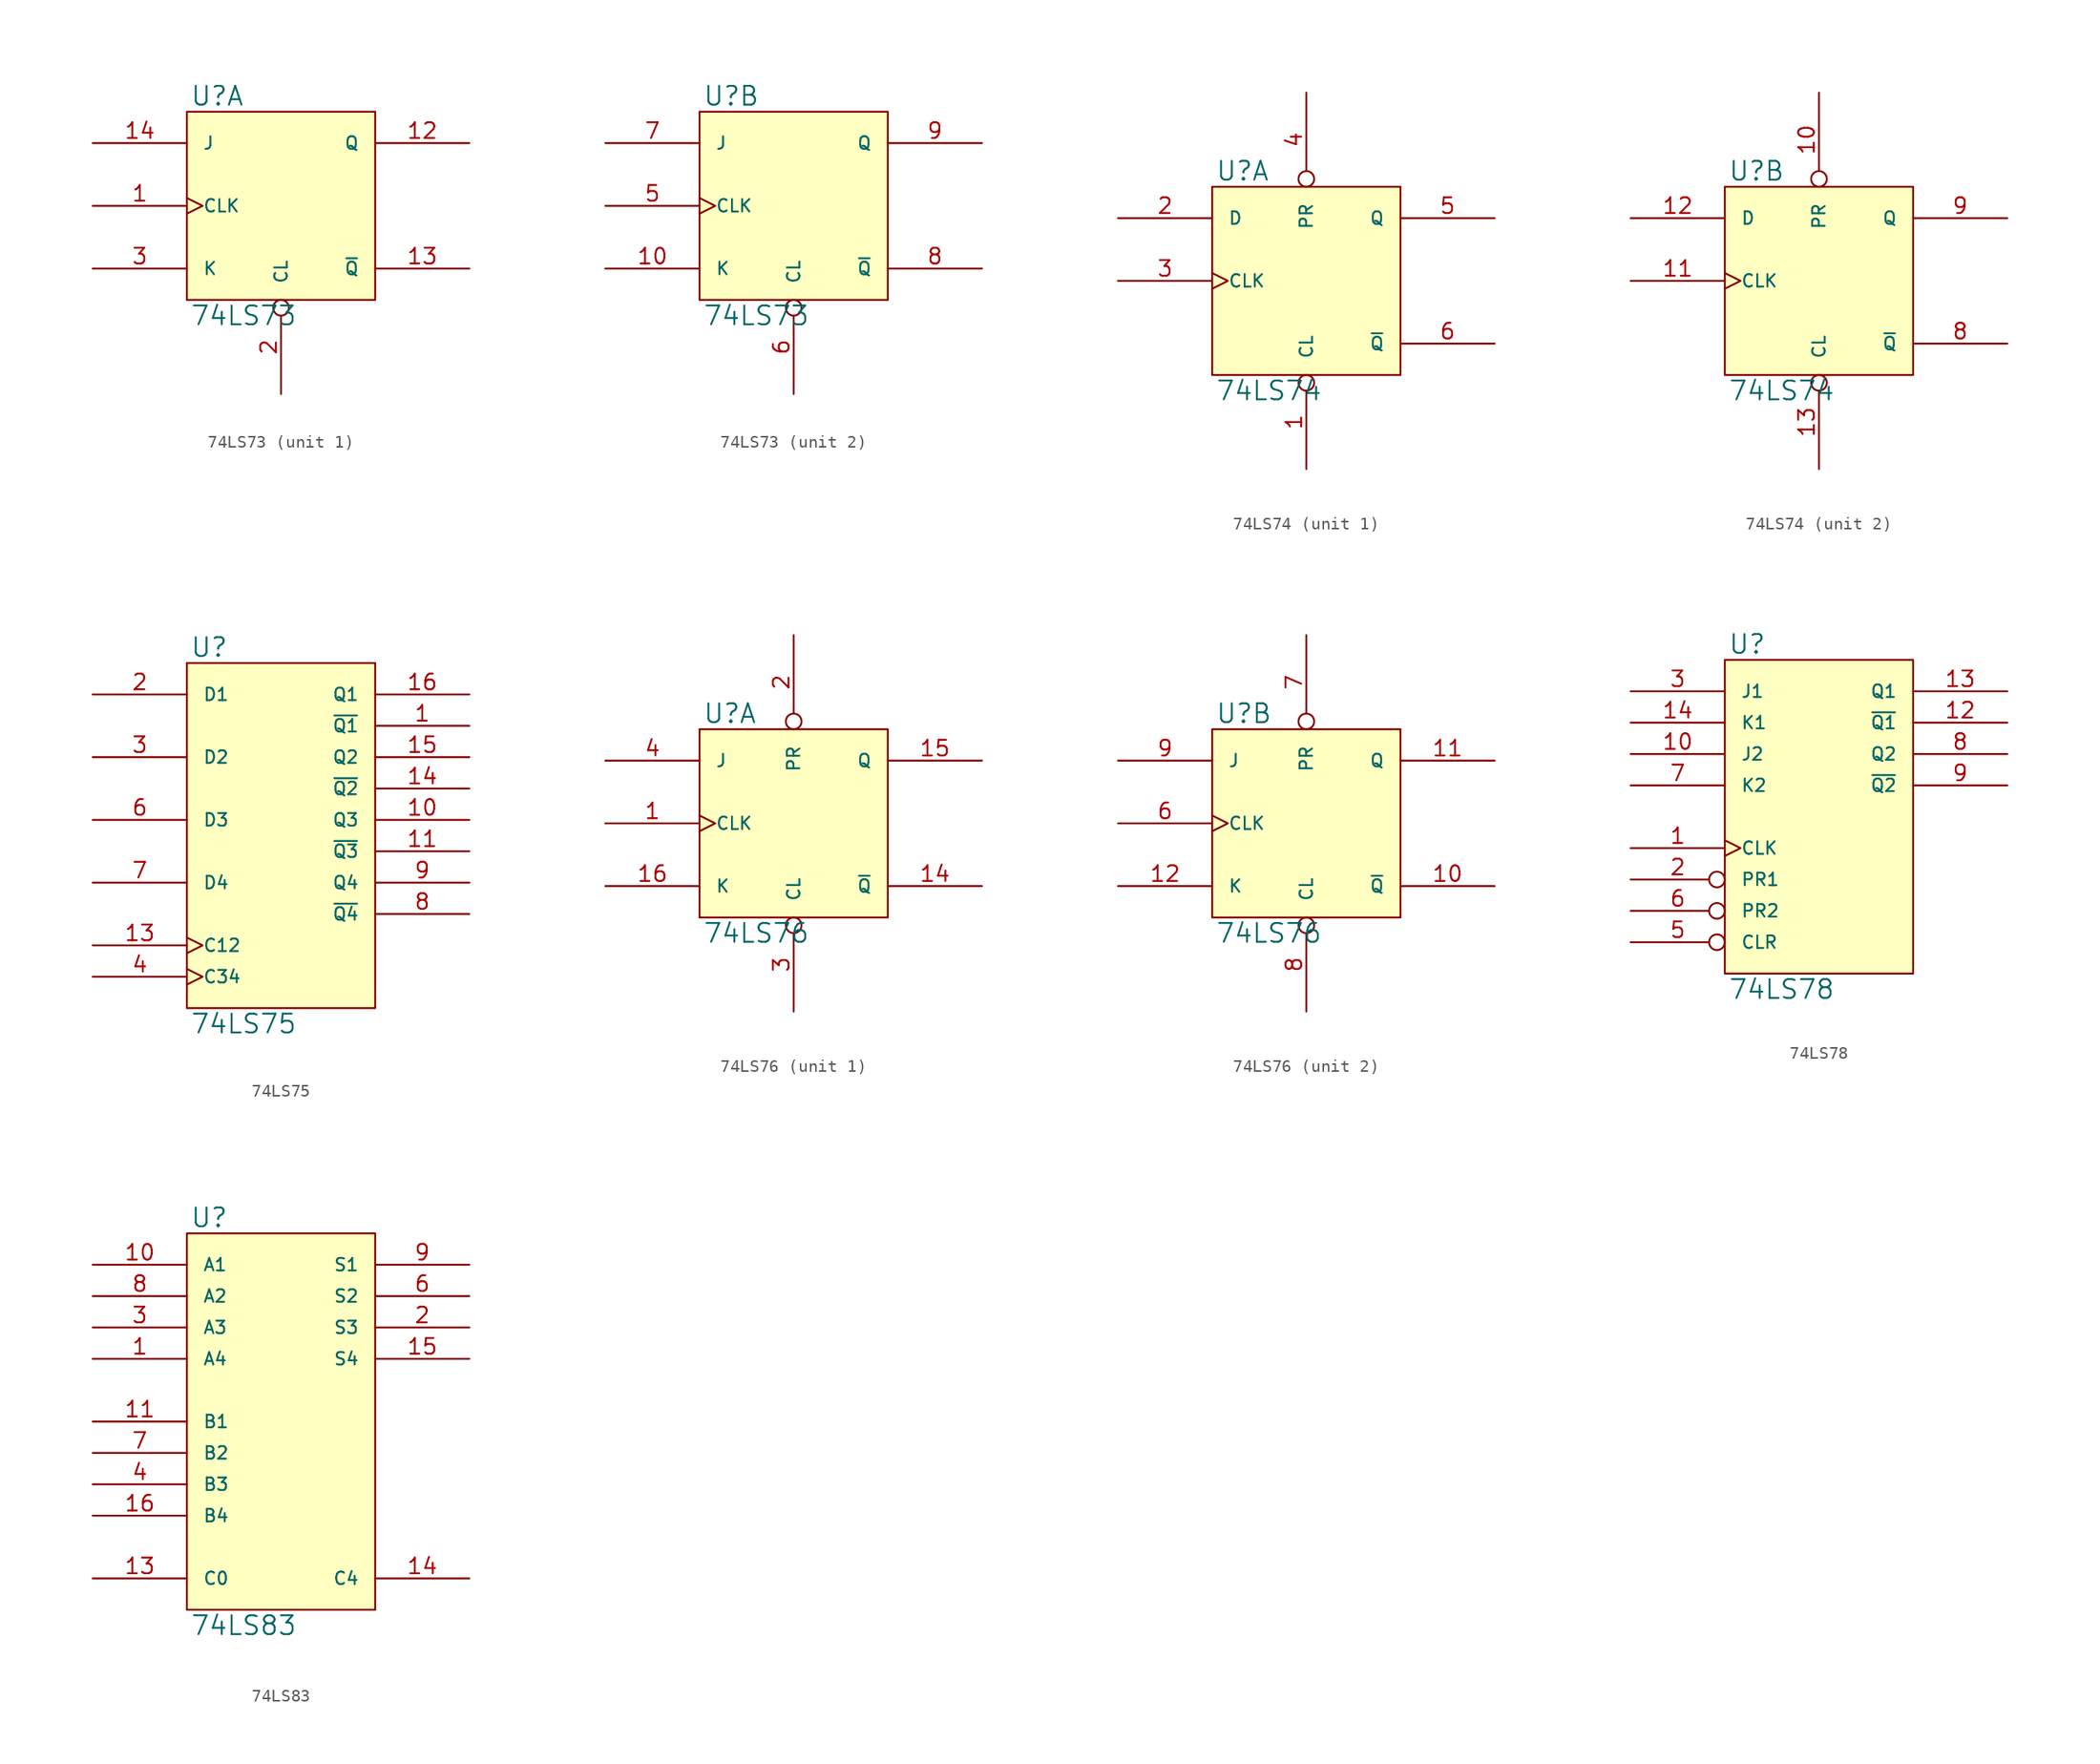
<source format=kicad_sym>
(kicad_symbol_lib
  (version 20231120)
  (generator "kicad_symbol_editor")
  (generator_version "8.0")
  (symbol "74LS73"
    (pin_names
      (offset 1.27))
    (property "Reference" "U"
      (at 0.254 0.381 0)
      (effects (font (size 1.524 1.524)) (justify left bottom)))
    (property "Value" "74LS73"
      (at 0.254 -15.621 0)
      (effects (font (size 1.524 1.524)) (justify left top)))
    (symbol "74LS73_0_1"
      (rectangle (start 0 0) (end 15.24 -15.24) (stroke (width 0) (type solid)) (fill (type background))))
    (symbol "74LS73_1_1"
      (pin input clock (at -7.62 -7.62 0) (length 7.62) (name "CLK" (effects (font (size 1.016 1.016)))) (number "1" (effects (font (size 1.27 1.27)))))
      (pin power_in line (at 0 -15.24 90) (length 0) hide (name "GND" (effects (font (size 1.016 1.016)))) (number "11" (effects (font (size 1.27 1.27)))))
      (pin output line (at 22.86 -2.54 180) (length 7.62) (name "Q" (effects (font (size 1.016 1.016)))) (number "12" (effects (font (size 1.27 1.27)))))
      (pin output line (at 22.86 -12.7 180) (length 7.62) (name "~{Q}" (effects (font (size 1.016 1.016)))) (number "13" (effects (font (size 1.27 1.27)))))
      (pin input line (at -7.62 -2.54 0) (length 7.62) (name "J" (effects (font (size 1.016 1.016)))) (number "14" (effects (font (size 1.27 1.27)))))
      (pin input inverted (at 7.62 -22.86 90) (length 7.62) (name "CL" (effects (font (size 1.016 1.016)))) (number "2" (effects (font (size 1.27 1.27)))))
      (pin input line (at -7.62 -12.7 0) (length 7.62) (name "K" (effects (font (size 1.016 1.016)))) (number "3" (effects (font (size 1.27 1.27)))))
      (pin power_in line (at 0 0 270) (length 0) hide (name "VCC" (effects (font (size 1.016 1.016)))) (number "4" (effects (font (size 1.27 1.27))))))
    (symbol "74LS73_2_1"
      (pin input line (at -7.62 -12.7 0) (length 7.62) (name "K" (effects (font (size 1.016 1.016)))) (number "10" (effects (font (size 1.27 1.27)))))
      (pin power_in line (at 0 -15.24 90) (length 0) hide (name "GND" (effects (font (size 1.016 1.016)))) (number "11" (effects (font (size 1.27 1.27)))))
      (pin power_in line (at 0 0 270) (length 0) hide (name "VCC" (effects (font (size 1.016 1.016)))) (number "4" (effects (font (size 1.27 1.27)))))
      (pin input clock (at -7.62 -7.62 0) (length 7.62) (name "CLK" (effects (font (size 1.016 1.016)))) (number "5" (effects (font (size 1.27 1.27)))))
      (pin input inverted (at 7.62 -22.86 90) (length 7.62) (name "CL" (effects (font (size 1.016 1.016)))) (number "6" (effects (font (size 1.27 1.27)))))
      (pin input line (at -7.62 -2.54 0) (length 7.62) (name "J" (effects (font (size 1.016 1.016)))) (number "7" (effects (font (size 1.27 1.27)))))
      (pin output line (at 22.86 -12.7 180) (length 7.62) (name "~{Q}" (effects (font (size 1.016 1.016)))) (number "8" (effects (font (size 1.27 1.27)))))
      (pin output line (at 22.86 -2.54 180) (length 7.62) (name "Q" (effects (font (size 1.016 1.016)))) (number "9" (effects (font (size 1.27 1.27)))))))
  (symbol "74LS74"
    (pin_names
      (offset 1.27))
    (property "Reference" "U"
      (at 0.254 0.381 0)
      (effects (font (size 1.524 1.524)) (justify left bottom)))
    (property "Value" "74LS74"
      (at 0.254 -15.621 0)
      (effects (font (size 1.524 1.524)) (justify left top)))
    (symbol "74LS74_0_1"
      (rectangle (start 0 0) (end 15.24 -15.24) (stroke (width 0) (type solid)) (fill (type background))))
    (symbol "74LS74_1_1"
      (pin input inverted (at 7.62 -22.86 90) (length 7.62) (name "CL" (effects (font (size 1.016 1.016)))) (number "1" (effects (font (size 1.27 1.27)))))
      (pin power_in line (at 0 0 270) (length 0) hide (name "VCC" (effects (font (size 1.016 1.016)))) (number "14" (effects (font (size 1.27 1.27)))))
      (pin input line (at -7.62 -2.54 0) (length 7.62) (name "D" (effects (font (size 1.016 1.016)))) (number "2" (effects (font (size 1.27 1.27)))))
      (pin input clock (at -7.62 -7.62 0) (length 7.62) (name "CLK" (effects (font (size 1.016 1.016)))) (number "3" (effects (font (size 1.27 1.27)))))
      (pin input inverted (at 7.62 7.62 270) (length 7.62) (name "PR" (effects (font (size 1.016 1.016)))) (number "4" (effects (font (size 1.27 1.27)))))
      (pin output line (at 22.86 -2.54 180) (length 7.62) (name "Q" (effects (font (size 1.016 1.016)))) (number "5" (effects (font (size 1.27 1.27)))))
      (pin output line (at 22.86 -12.7 180) (length 7.62) (name "~{Q}" (effects (font (size 1.016 1.016)))) (number "6" (effects (font (size 1.27 1.27)))))
      (pin power_in line (at 0 -15.24 90) (length 0) hide (name "GND" (effects (font (size 1.016 1.016)))) (number "7" (effects (font (size 1.27 1.27))))))
    (symbol "74LS74_2_1"
      (pin input inverted (at 7.62 7.62 270) (length 7.62) (name "PR" (effects (font (size 1.016 1.016)))) (number "10" (effects (font (size 1.27 1.27)))))
      (pin input clock (at -7.62 -7.62 0) (length 7.62) (name "CLK" (effects (font (size 1.016 1.016)))) (number "11" (effects (font (size 1.27 1.27)))))
      (pin input line (at -7.62 -2.54 0) (length 7.62) (name "D" (effects (font (size 1.016 1.016)))) (number "12" (effects (font (size 1.27 1.27)))))
      (pin input inverted (at 7.62 -22.86 90) (length 7.62) (name "CL" (effects (font (size 1.016 1.016)))) (number "13" (effects (font (size 1.27 1.27)))))
      (pin power_in line (at 0 0 270) (length 0) hide (name "VCC" (effects (font (size 1.016 1.016)))) (number "14" (effects (font (size 1.27 1.27)))))
      (pin power_in line (at 0 -15.24 90) (length 0) hide (name "GND" (effects (font (size 1.016 1.016)))) (number "7" (effects (font (size 1.27 1.27)))))
      (pin output line (at 22.86 -12.7 180) (length 7.62) (name "~{Q}" (effects (font (size 1.016 1.016)))) (number "8" (effects (font (size 1.27 1.27)))))
      (pin output line (at 22.86 -2.54 180) (length 7.62) (name "Q" (effects (font (size 1.016 1.016)))) (number "9" (effects (font (size 1.27 1.27)))))))
  (symbol "74LS75"
    (pin_names
      (offset 1.27))
    (property "Reference" "U"
      (at 0.254 0.381 0)
      (effects (font (size 1.524 1.524)) (justify left bottom)))
    (property "Value" "74LS75"
      (at 0.254 -28.321 0)
      (effects (font (size 1.524 1.524)) (justify left top)))
    (symbol "74LS75_0_1"
      (rectangle (start 0 0) (end 15.24 -27.94) (stroke (width 0) (type solid)) (fill (type background))))
    (symbol "74LS75_1_1"
      (pin output line (at 22.86 -5.08 180) (length 7.62) (name "~{Q1}" (effects (font (size 1.016 1.016)))) (number "1" (effects (font (size 1.27 1.27)))))
      (pin output line (at 22.86 -12.7 180) (length 7.62) (name "Q3" (effects (font (size 1.016 1.016)))) (number "10" (effects (font (size 1.27 1.27)))))
      (pin output line (at 22.86 -15.24 180) (length 7.62) (name "~{Q3}" (effects (font (size 1.016 1.016)))) (number "11" (effects (font (size 1.27 1.27)))))
      (pin power_in line (at 0 -27.94 90) (length 0) hide (name "GND" (effects (font (size 1.016 1.016)))) (number "12" (effects (font (size 1.27 1.27)))))
      (pin input clock (at -7.62 -22.86 0) (length 7.62) (name "C12" (effects (font (size 1.016 1.016)))) (number "13" (effects (font (size 1.27 1.27)))))
      (pin output line (at 22.86 -10.16 180) (length 7.62) (name "~{Q2}" (effects (font (size 1.016 1.016)))) (number "14" (effects (font (size 1.27 1.27)))))
      (pin output line (at 22.86 -7.62 180) (length 7.62) (name "Q2" (effects (font (size 1.016 1.016)))) (number "15" (effects (font (size 1.27 1.27)))))
      (pin output line (at 22.86 -2.54 180) (length 7.62) (name "Q1" (effects (font (size 1.016 1.016)))) (number "16" (effects (font (size 1.27 1.27)))))
      (pin input line (at -7.62 -2.54 0) (length 7.62) (name "D1" (effects (font (size 1.016 1.016)))) (number "2" (effects (font (size 1.27 1.27)))))
      (pin input line (at -7.62 -7.62 0) (length 7.62) (name "D2" (effects (font (size 1.016 1.016)))) (number "3" (effects (font (size 1.27 1.27)))))
      (pin input clock (at -7.62 -25.4 0) (length 7.62) (name "C34" (effects (font (size 1.016 1.016)))) (number "4" (effects (font (size 1.27 1.27)))))
      (pin power_in line (at 0 0 270) (length 0) hide (name "VCC" (effects (font (size 1.016 1.016)))) (number "5" (effects (font (size 1.27 1.27)))))
      (pin input line (at -7.62 -12.7 0) (length 7.62) (name "D3" (effects (font (size 1.016 1.016)))) (number "6" (effects (font (size 1.27 1.27)))))
      (pin input line (at -7.62 -17.78 0) (length 7.62) (name "D4" (effects (font (size 1.016 1.016)))) (number "7" (effects (font (size 1.27 1.27)))))
      (pin output line (at 22.86 -20.32 180) (length 7.62) (name "~{Q4}" (effects (font (size 1.016 1.016)))) (number "8" (effects (font (size 1.27 1.27)))))
      (pin output line (at 22.86 -17.78 180) (length 7.62) (name "Q4" (effects (font (size 1.016 1.016)))) (number "9" (effects (font (size 1.27 1.27)))))))
  (symbol "74LS76"
    (pin_names
      (offset 1.27))
    (property "Reference" "U"
      (at 0.254 0.381 0)
      (effects (font (size 1.524 1.524)) (justify left bottom)))
    (property "Value" "74LS76"
      (at 0.254 -15.621 0)
      (effects (font (size 1.524 1.524)) (justify left top)))
    (symbol "74LS76_0_1"
      (rectangle (start 0 0) (end 15.24 -15.24) (stroke (width 0) (type solid)) (fill (type background))))
    (symbol "74LS76_1_1"
      (pin input clock (at -7.62 -7.62 0) (length 7.62) (name "CLK" (effects (font (size 1.016 1.016)))) (number "1" (effects (font (size 1.27 1.27)))))
      (pin power_in line (at 0 -15.24 90) (length 0) hide (name "GND" (effects (font (size 1.016 1.016)))) (number "13" (effects (font (size 1.27 1.27)))))
      (pin output line (at 22.86 -12.7 180) (length 7.62) (name "~{Q}" (effects (font (size 1.016 1.016)))) (number "14" (effects (font (size 1.27 1.27)))))
      (pin output line (at 22.86 -2.54 180) (length 7.62) (name "Q" (effects (font (size 1.016 1.016)))) (number "15" (effects (font (size 1.27 1.27)))))
      (pin input line (at -7.62 -12.7 0) (length 7.62) (name "K" (effects (font (size 1.016 1.016)))) (number "16" (effects (font (size 1.27 1.27)))))
      (pin input inverted (at 7.62 7.62 270) (length 7.62) (name "PR" (effects (font (size 1.016 1.016)))) (number "2" (effects (font (size 1.27 1.27)))))
      (pin input inverted (at 7.62 -22.86 90) (length 7.62) (name "CL" (effects (font (size 1.016 1.016)))) (number "3" (effects (font (size 1.27 1.27)))))
      (pin input line (at -7.62 -2.54 0) (length 7.62) (name "J" (effects (font (size 1.016 1.016)))) (number "4" (effects (font (size 1.27 1.27)))))
      (pin power_in line (at 0 0 270) (length 0) hide (name "VCC" (effects (font (size 1.016 1.016)))) (number "5" (effects (font (size 1.27 1.27))))))
    (symbol "74LS76_2_1"
      (pin output line (at 22.86 -12.7 180) (length 7.62) (name "~{Q}" (effects (font (size 1.016 1.016)))) (number "10" (effects (font (size 1.27 1.27)))))
      (pin output line (at 22.86 -2.54 180) (length 7.62) (name "Q" (effects (font (size 1.016 1.016)))) (number "11" (effects (font (size 1.27 1.27)))))
      (pin input line (at -7.62 -12.7 0) (length 7.62) (name "K" (effects (font (size 1.016 1.016)))) (number "12" (effects (font (size 1.27 1.27)))))
      (pin power_in line (at 0 -15.24 90) (length 0) hide (name "GND" (effects (font (size 1.016 1.016)))) (number "13" (effects (font (size 1.27 1.27)))))
      (pin power_in line (at 0 0 270) (length 0) hide (name "VCC" (effects (font (size 1.016 1.016)))) (number "5" (effects (font (size 1.27 1.27)))))
      (pin input clock (at -7.62 -7.62 0) (length 7.62) (name "CLK" (effects (font (size 1.016 1.016)))) (number "6" (effects (font (size 1.27 1.27)))))
      (pin input inverted (at 7.62 7.62 270) (length 7.62) (name "PR" (effects (font (size 1.016 1.016)))) (number "7" (effects (font (size 1.27 1.27)))))
      (pin input inverted (at 7.62 -22.86 90) (length 7.62) (name "CL" (effects (font (size 1.016 1.016)))) (number "8" (effects (font (size 1.27 1.27)))))
      (pin input line (at -7.62 -2.54 0) (length 7.62) (name "J" (effects (font (size 1.016 1.016)))) (number "9" (effects (font (size 1.27 1.27)))))))
  (symbol "74LS78"
    (pin_names
      (offset 1.27))
    (property "Reference" "U"
      (at 0.254 0.381 0)
      (effects (font (size 1.524 1.524)) (justify left bottom)))
    (property "Value" "74LS78"
      (at 0.254 -25.781 0)
      (effects (font (size 1.524 1.524)) (justify left top)))
    (symbol "74LS78_0_1"
      (rectangle (start 0 0) (end 15.24 -25.4) (stroke (width 0) (type solid)) (fill (type background))))
    (symbol "74LS78_1_1"
      (pin input clock (at -7.62 -15.24 0) (length 7.62) (name "CLK" (effects (font (size 1.016 1.016)))) (number "1" (effects (font (size 1.27 1.27)))))
      (pin input line (at -7.62 -7.62 0) (length 7.62) (name "J2" (effects (font (size 1.016 1.016)))) (number "10" (effects (font (size 1.27 1.27)))))
      (pin power_in line (at 0 -25.4 90) (length 0) hide (name "GND" (effects (font (size 1.016 1.016)))) (number "11" (effects (font (size 1.27 1.27)))))
      (pin output line (at 22.86 -5.08 180) (length 7.62) (name "~{Q1}" (effects (font (size 1.016 1.016)))) (number "12" (effects (font (size 1.27 1.27)))))
      (pin output line (at 22.86 -2.54 180) (length 7.62) (name "Q1" (effects (font (size 1.016 1.016)))) (number "13" (effects (font (size 1.27 1.27)))))
      (pin input line (at -7.62 -5.08 0) (length 7.62) (name "K1" (effects (font (size 1.016 1.016)))) (number "14" (effects (font (size 1.27 1.27)))))
      (pin input inverted (at -7.62 -17.78 0) (length 7.62) (name "PR1" (effects (font (size 1.016 1.016)))) (number "2" (effects (font (size 1.27 1.27)))))
      (pin input line (at -7.62 -2.54 0) (length 7.62) (name "J1" (effects (font (size 1.016 1.016)))) (number "3" (effects (font (size 1.27 1.27)))))
      (pin power_in line (at 0 0 270) (length 0) hide (name "VCC" (effects (font (size 1.016 1.016)))) (number "4" (effects (font (size 1.27 1.27)))))
      (pin input inverted (at -7.62 -22.86 0) (length 7.62) (name "CLR" (effects (font (size 1.016 1.016)))) (number "5" (effects (font (size 1.27 1.27)))))
      (pin input inverted (at -7.62 -20.32 0) (length 7.62) (name "PR2" (effects (font (size 1.016 1.016)))) (number "6" (effects (font (size 1.27 1.27)))))
      (pin input line (at -7.62 -10.16 0) (length 7.62) (name "K2" (effects (font (size 1.016 1.016)))) (number "7" (effects (font (size 1.27 1.27)))))
      (pin output line (at 22.86 -7.62 180) (length 7.62) (name "Q2" (effects (font (size 1.016 1.016)))) (number "8" (effects (font (size 1.27 1.27)))))
      (pin output line (at 22.86 -10.16 180) (length 7.62) (name "~{Q2}" (effects (font (size 1.016 1.016)))) (number "9" (effects (font (size 1.27 1.27)))))))
  (symbol "74LS83"
    (pin_names
      (offset 1.27))
    (property "Reference" "U"
      (at 0.254 0.381 0)
      (effects (font (size 1.524 1.524)) (justify left bottom)))
    (property "Value" "74LS83"
      (at 0.254 -30.861 0)
      (effects (font (size 1.524 1.524)) (justify left top)))
    (symbol "74LS83_0_1"
      (rectangle (start 0 0) (end 15.24 -30.48) (stroke (width 0) (type solid)) (fill (type background))))
    (symbol "74LS83_1_1"
      (pin input line (at -7.62 -10.16 0) (length 7.62) (name "A4" (effects (font (size 1.016 1.016)))) (number "1" (effects (font (size 1.27 1.27)))))
      (pin input line (at -7.62 -2.54 0) (length 7.62) (name "A1" (effects (font (size 1.016 1.016)))) (number "10" (effects (font (size 1.27 1.27)))))
      (pin input line (at -7.62 -15.24 0) (length 7.62) (name "B1" (effects (font (size 1.016 1.016)))) (number "11" (effects (font (size 1.27 1.27)))))
      (pin power_in line (at 0 -30.48 90) (length 0) hide (name "GND" (effects (font (size 1.016 1.016)))) (number "12" (effects (font (size 1.27 1.27)))))
      (pin input line (at -7.62 -27.94 0) (length 7.62) (name "C0" (effects (font (size 1.016 1.016)))) (number "13" (effects (font (size 1.27 1.27)))))
      (pin output line (at 22.86 -27.94 180) (length 7.62) (name "C4" (effects (font (size 1.016 1.016)))) (number "14" (effects (font (size 1.27 1.27)))))
      (pin output line (at 22.86 -10.16 180) (length 7.62) (name "S4" (effects (font (size 1.016 1.016)))) (number "15" (effects (font (size 1.27 1.27)))))
      (pin input line (at -7.62 -22.86 0) (length 7.62) (name "B4" (effects (font (size 1.016 1.016)))) (number "16" (effects (font (size 1.27 1.27)))))
      (pin output line (at 22.86 -7.62 180) (length 7.62) (name "S3" (effects (font (size 1.016 1.016)))) (number "2" (effects (font (size 1.27 1.27)))))
      (pin input line (at -7.62 -7.62 0) (length 7.62) (name "A3" (effects (font (size 1.016 1.016)))) (number "3" (effects (font (size 1.27 1.27)))))
      (pin input line (at -7.62 -20.32 0) (length 7.62) (name "B3" (effects (font (size 1.016 1.016)))) (number "4" (effects (font (size 1.27 1.27)))))
      (pin power_in line (at 0 0 270) (length 0) hide (name "VCC" (effects (font (size 1.016 1.016)))) (number "5" (effects (font (size 1.27 1.27)))))
      (pin output line (at 22.86 -5.08 180) (length 7.62) (name "S2" (effects (font (size 1.016 1.016)))) (number "6" (effects (font (size 1.27 1.27)))))
      (pin input line (at -7.62 -17.78 0) (length 7.62) (name "B2" (effects (font (size 1.016 1.016)))) (number "7" (effects (font (size 1.27 1.27)))))
      (pin input line (at -7.62 -5.08 0) (length 7.62) (name "A2" (effects (font (size 1.016 1.016)))) (number "8" (effects (font (size 1.27 1.27)))))
      (pin output line (at 22.86 -2.54 180) (length 7.62) (name "S1" (effects (font (size 1.016 1.016)))) (number "9" (effects (font (size 1.27 1.27))))))))
</source>
